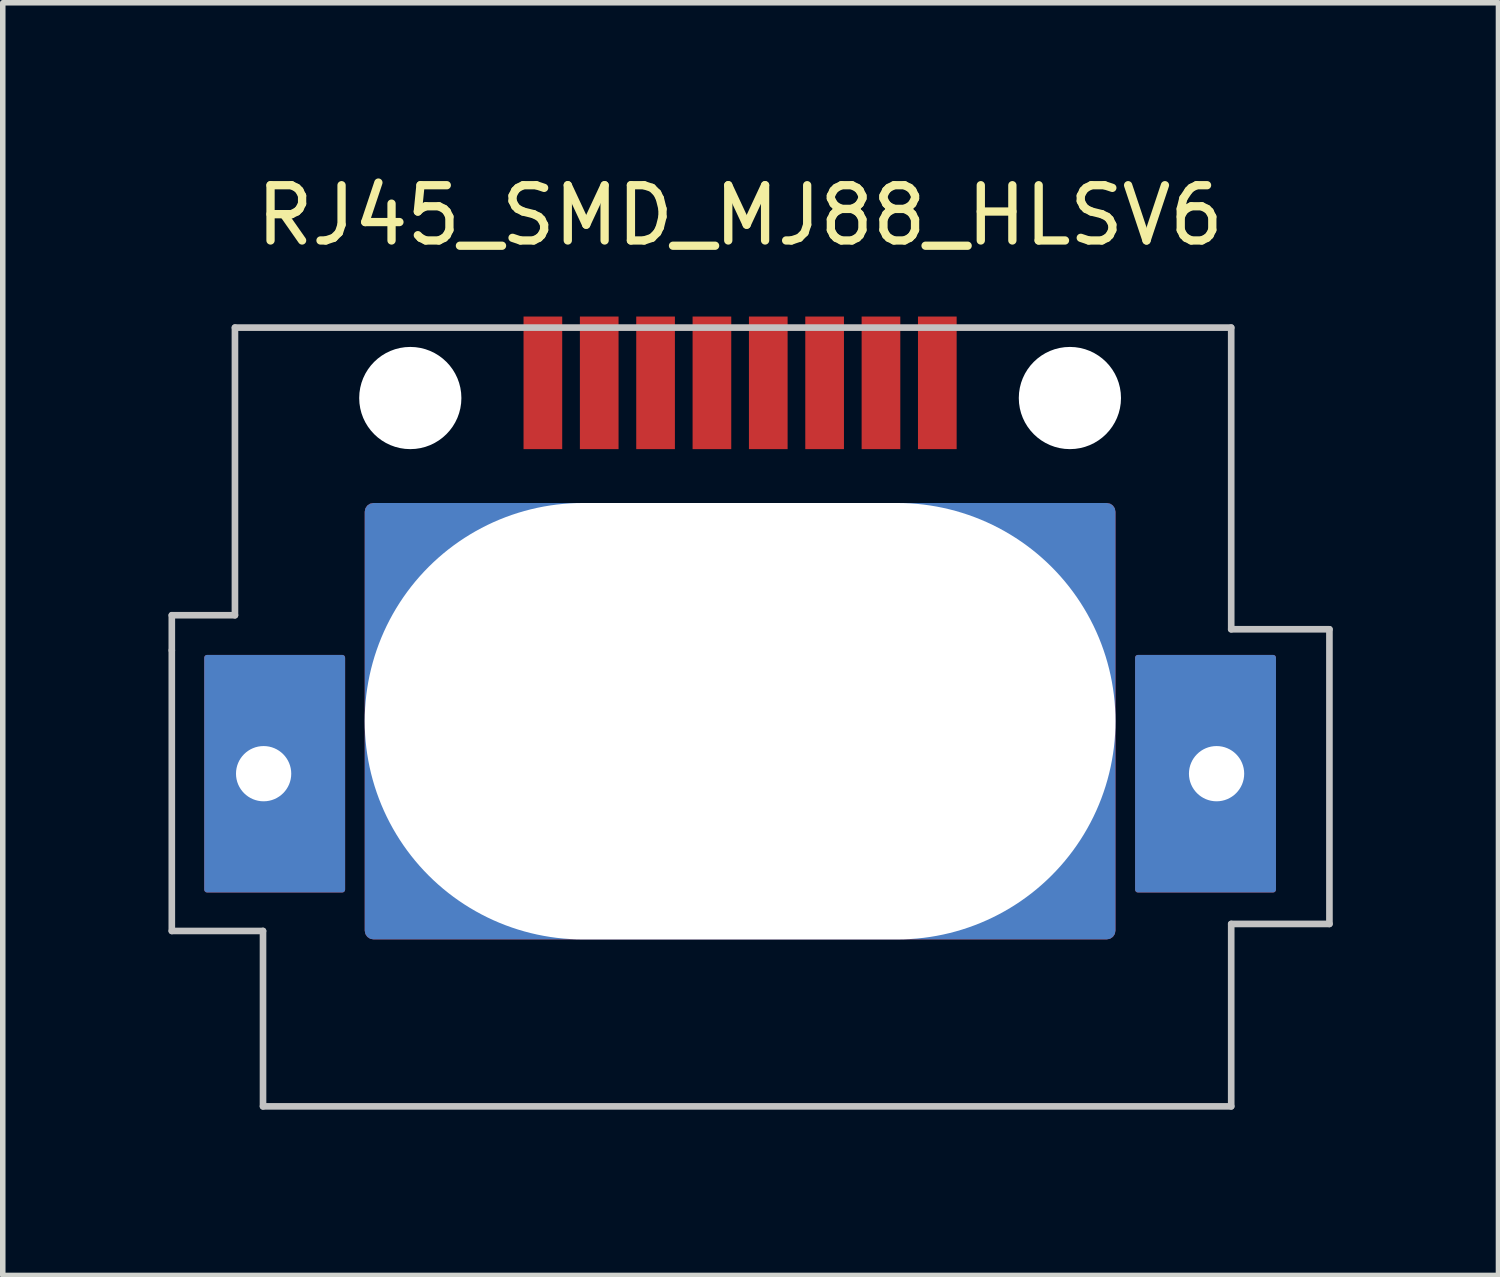
<source format=kicad_pcb>
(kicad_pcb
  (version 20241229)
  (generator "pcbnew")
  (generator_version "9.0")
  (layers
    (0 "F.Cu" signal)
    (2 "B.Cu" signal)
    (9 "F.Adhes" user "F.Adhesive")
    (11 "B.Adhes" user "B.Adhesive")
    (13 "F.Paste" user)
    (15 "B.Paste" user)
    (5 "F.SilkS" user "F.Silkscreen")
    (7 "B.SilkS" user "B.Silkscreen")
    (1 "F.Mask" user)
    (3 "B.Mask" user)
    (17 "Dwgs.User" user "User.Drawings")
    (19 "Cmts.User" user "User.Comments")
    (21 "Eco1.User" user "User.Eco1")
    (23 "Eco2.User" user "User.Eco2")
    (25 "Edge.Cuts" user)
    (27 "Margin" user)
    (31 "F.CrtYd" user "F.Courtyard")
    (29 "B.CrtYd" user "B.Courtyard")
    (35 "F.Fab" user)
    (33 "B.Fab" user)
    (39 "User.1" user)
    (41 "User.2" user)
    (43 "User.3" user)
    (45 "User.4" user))
  (footprint "RJ45_SMD_MJ88_HLSV6"
    (layer "F.Cu")
    (at 10.347 6.055)
    (property "Reference" "RJ45_SMD_MJ88_HLSV6" (at 0 -5.207 0) (layer "F.SilkS") (effects (font (size 1 1) (thickness 0.15))))
    (attr smd)
    (fp_line (start -10.287 2.032) (end -10.287 2.667) (stroke (width 0.12) (type solid)) (layer "Dwgs.User"))
    (fp_line (start -10.287 2.667) (end -10.287 7.747) (stroke (width 0.12) (type solid)) (layer "Dwgs.User"))
    (fp_line (start -10.287 7.747) (end -8.636 7.747) (stroke (width 0.12) (type solid)) (layer "Dwgs.User"))
    (fp_line (start -9.144 -3.175) (end -9.144 2.032) (stroke (width 0.12) (type solid)) (layer "Dwgs.User"))
    (fp_line (start -9.144 2.032) (end -10.287 2.032) (stroke (width 0.12) (type solid)) (layer "Dwgs.User"))
    (fp_line (start -8.636 7.747) (end -8.636 10.922) (stroke (width 0.12) (type solid)) (layer "Dwgs.User"))
    (fp_line (start -8.636 10.922) (end 8.89 10.922) (stroke (width 0.12) (type solid)) (layer "Dwgs.User"))
    (fp_line (start 8.89 -3.175) (end -9.144 -3.175) (stroke (width 0.12) (type solid)) (layer "Dwgs.User"))
    (fp_line (start 8.89 2.286) (end 8.89 -3.175) (stroke (width 0.12) (type solid)) (layer "Dwgs.User"))
    (fp_line (start 8.89 7.62) (end 10.668 7.62) (stroke (width 0.12) (type solid)) (layer "Dwgs.User"))
    (fp_line (start 8.89 10.922) (end 8.89 7.62) (stroke (width 0.12) (type solid)) (layer "Dwgs.User"))
    (fp_line (start 10.668 2.286) (end 8.89 2.286) (stroke (width 0.12) (type solid)) (layer "Dwgs.User"))
    (fp_line (start 10.668 7.62) (end 10.668 2.286) (stroke (width 0.12) (type solid)) (layer "Dwgs.User"))
    (pad "" np_thru_hole circle (at -5.97 -1.9) (size 1.85 1.85) (drill 1.85) (layers "*.Cu" "*.Mask"))
    (pad "" np_thru_hole roundrect (at 0 3.95) (size 13.59 7.9) (drill oval 13.59 7.9) (layers "*.Cu") (roundrect_rratio 0.02))
    (pad "" np_thru_hole circle (at 5.97 -1.9) (size 1.85 1.85) (drill 1.85) (layers "*.Cu" "*.Mask"))
    (pad "1" smd rect (at -3.57 -2.175) (size 0.7 2.4) (layers "F.Cu" "F.Mask" "F.Paste"))
    (pad "2" smd rect (at -2.55 -2.175) (size 0.7 2.4) (layers "F.Cu" "F.Mask" "F.Paste"))
    (pad "3" smd rect (at -1.53 -2.175) (size 0.7 2.4) (layers "F.Cu" "F.Mask" "F.Paste"))
    (pad "4" smd rect (at -0.51 -2.175) (size 0.7 2.4) (layers "F.Cu" "F.Mask" "F.Paste"))
    (pad "5" smd rect (at 0.51 -2.175) (size 0.7 2.4) (layers "F.Cu" "F.Mask" "F.Paste"))
    (pad "6" smd rect (at 1.53 -2.175) (size 0.7 2.4) (layers "F.Cu" "F.Mask" "F.Paste"))
    (pad "7" smd rect (at 2.55 -2.175) (size 0.7 2.4) (layers "F.Cu" "F.Mask" "F.Paste"))
    (pad "8" smd rect (at 3.57 -2.175) (size 0.7 2.4) (layers "F.Cu" "F.Mask" "F.Paste"))
    (pad "SH" thru_hole roundrect (at -8.625 4.9) (size 2.55 4.3) (drill 1 (offset 0.2 0)) (layers "*.Cu" "*.Mask") (roundrect_rratio 0.02))
    (pad "SH" thru_hole roundrect (at 8.625 4.9) (size 2.55 4.3) (drill 1 (offset -0.2 0)) (layers "*.Cu" "*.Mask") (roundrect_rratio 0.02)))
  (gr_rect
    (start -3 -3)
    (end 24.075 20.037)
    (stroke (width 0.1) (type default))
    (fill no)
    (layer "Edge.Cuts")))
</source>
